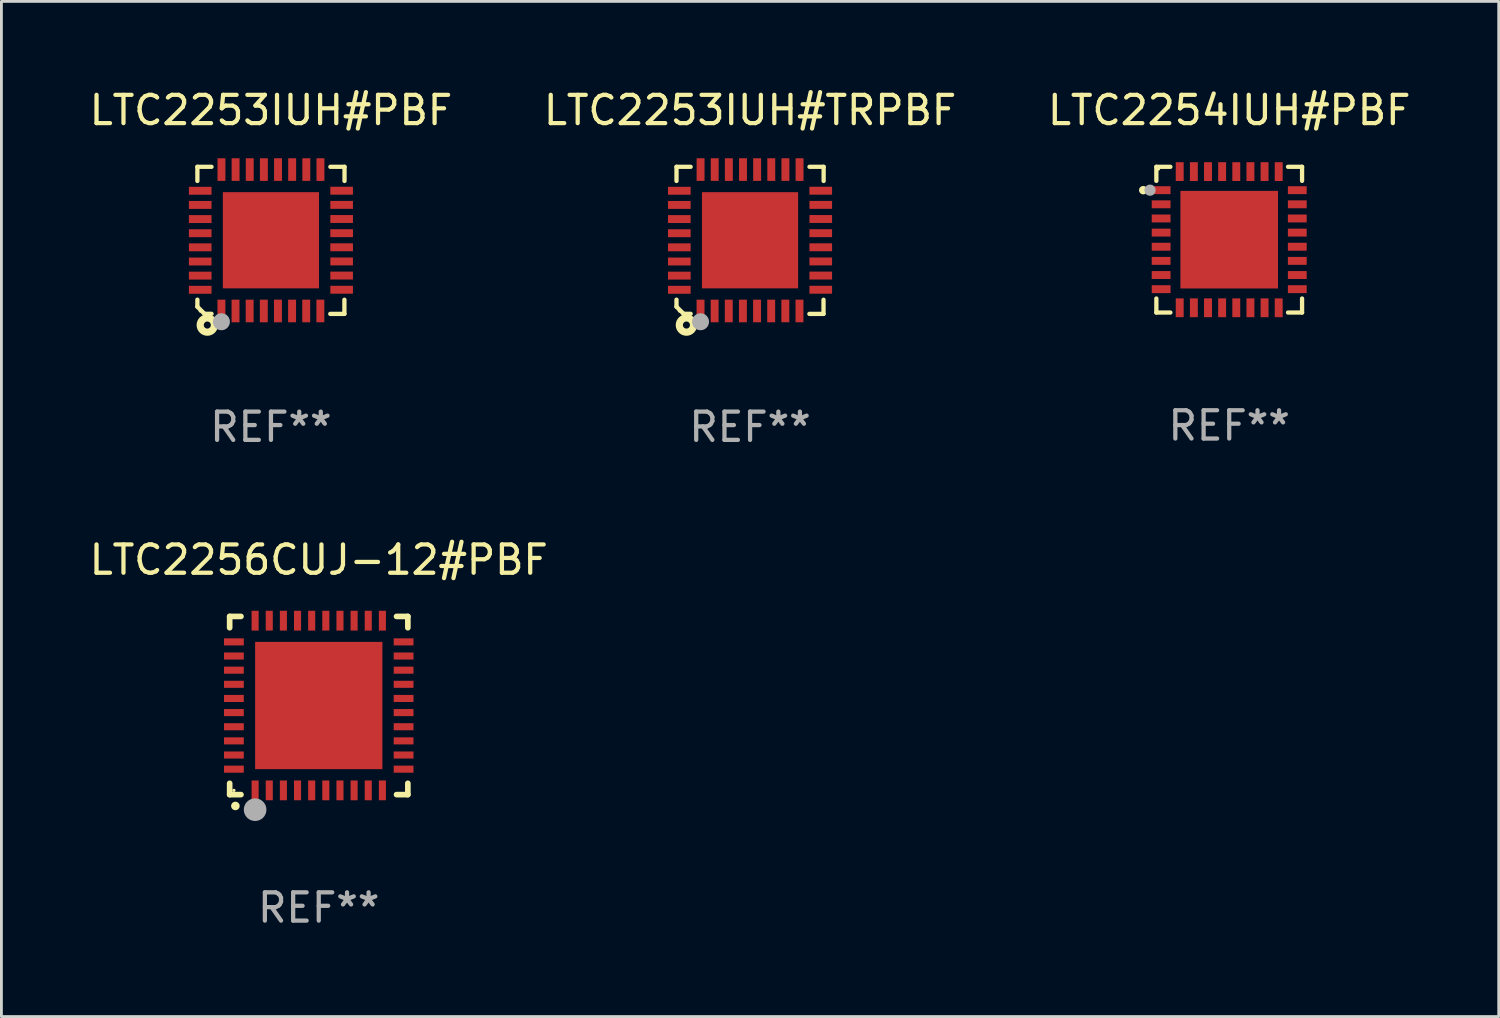
<source format=kicad_pcb>
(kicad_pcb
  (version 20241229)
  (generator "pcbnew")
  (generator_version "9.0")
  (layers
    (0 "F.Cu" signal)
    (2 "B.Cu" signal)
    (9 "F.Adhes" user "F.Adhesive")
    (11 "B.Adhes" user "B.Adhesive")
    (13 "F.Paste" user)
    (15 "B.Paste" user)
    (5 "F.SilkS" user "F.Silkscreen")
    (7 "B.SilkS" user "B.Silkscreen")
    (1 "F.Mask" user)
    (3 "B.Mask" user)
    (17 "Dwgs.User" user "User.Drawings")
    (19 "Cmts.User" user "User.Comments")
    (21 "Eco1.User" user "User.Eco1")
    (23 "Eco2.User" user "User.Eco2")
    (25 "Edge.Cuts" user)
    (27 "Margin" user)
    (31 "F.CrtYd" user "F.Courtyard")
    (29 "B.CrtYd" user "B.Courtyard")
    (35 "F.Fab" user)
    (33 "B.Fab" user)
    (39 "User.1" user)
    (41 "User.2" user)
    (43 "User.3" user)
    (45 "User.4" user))
  (footprint "LTC2253IUH#TRPBF"
    (layer "F.Cu")
    (at 23.47 5.448)
    (property "Reference" "LTC2253IUH#TRPBF" (at 0 -4.6 0) (layer "F.SilkS") (effects (font (size 1 1) (thickness 0.15))))
    (attr through_hole)
    (fp_line (start -2.601 2.097) (end -2.601 2.347) (stroke (width 0.152) (type solid)) (layer "F.SilkS"))
    (fp_line (start -2.601 2.347) (end -2.351 2.597) (stroke (width 0.152) (type solid)) (layer "F.SilkS"))
    (fp_line (start -2.601 -2.6) (end -2.601 -2.1) (stroke (width 0.152) (type solid)) (layer "F.SilkS"))
    (fp_line (start -2.601 -2.6) (end -2.101 -2.6) (stroke (width 0.152) (type solid)) (layer "F.SilkS"))
    (fp_line (start -2.351 2.597) (end -2.101 2.597) (stroke (width 0.152) (type solid)) (layer "F.SilkS"))
    (fp_line (start 2.597 2.6) (end 2.097 2.6) (stroke (width 0.152) (type solid)) (layer "F.SilkS"))
    (fp_line (start 2.597 2.6) (end 2.597 2.1) (stroke (width 0.152) (type solid)) (layer "F.SilkS"))
    (fp_line (start 2.601 -2.6) (end 2.101 -2.6) (stroke (width 0.152) (type solid)) (layer "F.SilkS"))
    (fp_line (start 2.601 -2.6) (end 2.601 -2.1) (stroke (width 0.152) (type solid)) (layer "F.SilkS"))
    (fp_circle (center -2.501 2.497) (end -2.471 2.497) (stroke (width 0.06) (type solid)) (fill no) (layer "F.SilkS"))
    (fp_circle (center -2.25 2.995) (end -2.125 2.995) (stroke (width 0.254) (type solid)) (fill no) (layer "F.SilkS"))
    (fp_circle (center -1.751 2.878) (end -1.601 2.878) (stroke (width 0.3) (type solid)) (fill no) (layer "F.Fab"))
    (fp_text user "REF**" (at 0 6.6 0) (layer "F.Fab") (effects (font (size 1 1) (thickness 0.15))))
    (pad "1" smd rect (at -1.751 2.497) (size 0.28 0.8) (layers "F.Cu" "F.Mask" "F.Paste"))
    (pad "2" smd rect (at -1.253 2.497) (size 0.28 0.8) (layers "F.Cu" "F.Mask" "F.Paste"))
    (pad "3" smd rect (at -0.753 2.497) (size 0.28 0.8) (layers "F.Cu" "F.Mask" "F.Paste"))
    (pad "4" smd rect (at -0.253 2.497) (size 0.28 0.8) (layers "F.Cu" "F.Mask" "F.Paste"))
    (pad "5" smd rect (at 0.247 2.497) (size 0.28 0.8) (layers "F.Cu" "F.Mask" "F.Paste"))
    (pad "6" smd rect (at 0.747 2.497) (size 0.28 0.8) (layers "F.Cu" "F.Mask" "F.Paste"))
    (pad "7" smd rect (at 1.247 2.497) (size 0.28 0.8) (layers "F.Cu" "F.Mask" "F.Paste"))
    (pad "8" smd rect (at 1.747 2.497) (size 0.28 0.8) (layers "F.Cu" "F.Mask" "F.Paste"))
    (pad "9" smd rect (at 2.499 1.746) (size 0.8 0.28) (layers "F.Cu" "F.Mask" "F.Paste"))
    (pad "10" smd rect (at 2.499 1.245) (size 0.8 0.28) (layers "F.Cu" "F.Mask" "F.Paste"))
    (pad "11" smd rect (at 2.499 0.746) (size 0.8 0.28) (layers "F.Cu" "F.Mask" "F.Paste"))
    (pad "12" smd rect (at 2.499 0.245) (size 0.8 0.28) (layers "F.Cu" "F.Mask" "F.Paste"))
    (pad "13" smd rect (at 2.499 -0.254) (size 0.8 0.28) (layers "F.Cu" "F.Mask" "F.Paste"))
    (pad "14" smd rect (at 2.499 -0.755) (size 0.8 0.28) (layers "F.Cu" "F.Mask" "F.Paste"))
    (pad "15" smd rect (at 2.499 -1.254) (size 0.8 0.28) (layers "F.Cu" "F.Mask" "F.Paste"))
    (pad "16" smd rect (at 2.499 -1.755) (size 0.8 0.28) (layers "F.Cu" "F.Mask" "F.Paste"))
    (pad "17" smd rect (at 1.75 -2.502) (size 0.28 0.8) (layers "F.Cu" "F.Mask" "F.Paste"))
    (pad "18" smd rect (at 1.25 -2.502) (size 0.28 0.8) (layers "F.Cu" "F.Mask" "F.Paste"))
    (pad "19" smd rect (at 0.75 -2.502) (size 0.28 0.8) (layers "F.Cu" "F.Mask" "F.Paste"))
    (pad "20" smd rect (at 0.25 -2.502) (size 0.28 0.8) (layers "F.Cu" "F.Mask" "F.Paste"))
    (pad "21" smd rect (at -0.25 -2.502) (size 0.28 0.8) (layers "F.Cu" "F.Mask" "F.Paste"))
    (pad "22" smd rect (at -0.75 -2.502) (size 0.28 0.8) (layers "F.Cu" "F.Mask" "F.Paste"))
    (pad "23" smd rect (at -1.25 -2.502) (size 0.28 0.8) (layers "F.Cu" "F.Mask" "F.Paste"))
    (pad "24" smd rect (at -1.75 -2.502) (size 0.28 0.8) (layers "F.Cu" "F.Mask" "F.Paste"))
    (pad "25" smd rect (at -2.501 -1.753) (size 0.8 0.28) (layers "F.Cu" "F.Mask" "F.Paste"))
    (pad "26" smd rect (at -2.501 -1.252) (size 0.8 0.28) (layers "F.Cu" "F.Mask" "F.Paste"))
    (pad "27" smd rect (at -2.501 -0.753) (size 0.8 0.28) (layers "F.Cu" "F.Mask" "F.Paste"))
    (pad "28" smd rect (at -2.501 -0.252) (size 0.8 0.28) (layers "F.Cu" "F.Mask" "F.Paste"))
    (pad "29" smd rect (at -2.501 0.247) (size 0.8 0.28) (layers "F.Cu" "F.Mask" "F.Paste"))
    (pad "30" smd rect (at -2.501 0.748) (size 0.8 0.28) (layers "F.Cu" "F.Mask" "F.Paste"))
    (pad "31" smd rect (at -2.501 1.247) (size 0.8 0.28) (layers "F.Cu" "F.Mask" "F.Paste"))
    (pad "32" smd rect (at -2.501 1.748) (size 0.8 0.28) (layers "F.Cu" "F.Mask" "F.Paste"))
    (pad "33" smd rect (at -0.001 -0.003 180) (size 3.4 3.4) (layers "F.Cu" "F.Mask" "F.Paste")))
  (footprint "LTC2253IUH#PBF"
    (layer "F.Cu")
    (at 6.53 5.448)
    (property "Reference" "LTC2253IUH#PBF" (at 0 -4.6 0) (layer "F.SilkS") (effects (font (size 1 1) (thickness 0.15))))
    (attr through_hole)
    (fp_line (start -2.601 2.097) (end -2.601 2.347) (stroke (width 0.152) (type solid)) (layer "F.SilkS"))
    (fp_line (start -2.601 2.347) (end -2.351 2.597) (stroke (width 0.152) (type solid)) (layer "F.SilkS"))
    (fp_line (start -2.601 -2.6) (end -2.601 -2.1) (stroke (width 0.152) (type solid)) (layer "F.SilkS"))
    (fp_line (start -2.601 -2.6) (end -2.101 -2.6) (stroke (width 0.152) (type solid)) (layer "F.SilkS"))
    (fp_line (start -2.351 2.597) (end -2.101 2.597) (stroke (width 0.152) (type solid)) (layer "F.SilkS"))
    (fp_line (start 2.597 2.6) (end 2.097 2.6) (stroke (width 0.152) (type solid)) (layer "F.SilkS"))
    (fp_line (start 2.597 2.6) (end 2.597 2.1) (stroke (width 0.152) (type solid)) (layer "F.SilkS"))
    (fp_line (start 2.601 -2.6) (end 2.101 -2.6) (stroke (width 0.152) (type solid)) (layer "F.SilkS"))
    (fp_line (start 2.601 -2.6) (end 2.601 -2.1) (stroke (width 0.152) (type solid)) (layer "F.SilkS"))
    (fp_circle (center -2.501 2.497) (end -2.471 2.497) (stroke (width 0.06) (type solid)) (fill no) (layer "F.SilkS"))
    (fp_circle (center -2.25 2.995) (end -2.125 2.995) (stroke (width 0.254) (type solid)) (fill no) (layer "F.SilkS"))
    (fp_circle (center -1.751 2.878) (end -1.601 2.878) (stroke (width 0.3) (type solid)) (fill no) (layer "F.Fab"))
    (fp_text user "REF**" (at 0 6.6 0) (layer "F.Fab") (effects (font (size 1 1) (thickness 0.15))))
    (pad "1" smd rect (at -1.751 2.497) (size 0.28 0.8) (layers "F.Cu" "F.Mask" "F.Paste"))
    (pad "2" smd rect (at -1.253 2.497) (size 0.28 0.8) (layers "F.Cu" "F.Mask" "F.Paste"))
    (pad "3" smd rect (at -0.753 2.497) (size 0.28 0.8) (layers "F.Cu" "F.Mask" "F.Paste"))
    (pad "4" smd rect (at -0.253 2.497) (size 0.28 0.8) (layers "F.Cu" "F.Mask" "F.Paste"))
    (pad "5" smd rect (at 0.247 2.497) (size 0.28 0.8) (layers "F.Cu" "F.Mask" "F.Paste"))
    (pad "6" smd rect (at 0.747 2.497) (size 0.28 0.8) (layers "F.Cu" "F.Mask" "F.Paste"))
    (pad "7" smd rect (at 1.247 2.497) (size 0.28 0.8) (layers "F.Cu" "F.Mask" "F.Paste"))
    (pad "8" smd rect (at 1.747 2.497) (size 0.28 0.8) (layers "F.Cu" "F.Mask" "F.Paste"))
    (pad "9" smd rect (at 2.499 1.746) (size 0.8 0.28) (layers "F.Cu" "F.Mask" "F.Paste"))
    (pad "10" smd rect (at 2.499 1.245) (size 0.8 0.28) (layers "F.Cu" "F.Mask" "F.Paste"))
    (pad "11" smd rect (at 2.499 0.746) (size 0.8 0.28) (layers "F.Cu" "F.Mask" "F.Paste"))
    (pad "12" smd rect (at 2.499 0.245) (size 0.8 0.28) (layers "F.Cu" "F.Mask" "F.Paste"))
    (pad "13" smd rect (at 2.499 -0.254) (size 0.8 0.28) (layers "F.Cu" "F.Mask" "F.Paste"))
    (pad "14" smd rect (at 2.499 -0.755) (size 0.8 0.28) (layers "F.Cu" "F.Mask" "F.Paste"))
    (pad "15" smd rect (at 2.499 -1.254) (size 0.8 0.28) (layers "F.Cu" "F.Mask" "F.Paste"))
    (pad "16" smd rect (at 2.499 -1.755) (size 0.8 0.28) (layers "F.Cu" "F.Mask" "F.Paste"))
    (pad "17" smd rect (at 1.75 -2.502) (size 0.28 0.8) (layers "F.Cu" "F.Mask" "F.Paste"))
    (pad "18" smd rect (at 1.25 -2.502) (size 0.28 0.8) (layers "F.Cu" "F.Mask" "F.Paste"))
    (pad "19" smd rect (at 0.75 -2.502) (size 0.28 0.8) (layers "F.Cu" "F.Mask" "F.Paste"))
    (pad "20" smd rect (at 0.25 -2.502) (size 0.28 0.8) (layers "F.Cu" "F.Mask" "F.Paste"))
    (pad "21" smd rect (at -0.25 -2.502) (size 0.28 0.8) (layers "F.Cu" "F.Mask" "F.Paste"))
    (pad "22" smd rect (at -0.75 -2.502) (size 0.28 0.8) (layers "F.Cu" "F.Mask" "F.Paste"))
    (pad "23" smd rect (at -1.25 -2.502) (size 0.28 0.8) (layers "F.Cu" "F.Mask" "F.Paste"))
    (pad "24" smd rect (at -1.75 -2.502) (size 0.28 0.8) (layers "F.Cu" "F.Mask" "F.Paste"))
    (pad "25" smd rect (at -2.501 -1.753) (size 0.8 0.28) (layers "F.Cu" "F.Mask" "F.Paste"))
    (pad "26" smd rect (at -2.501 -1.252) (size 0.8 0.28) (layers "F.Cu" "F.Mask" "F.Paste"))
    (pad "27" smd rect (at -2.501 -0.753) (size 0.8 0.28) (layers "F.Cu" "F.Mask" "F.Paste"))
    (pad "28" smd rect (at -2.501 -0.252) (size 0.8 0.28) (layers "F.Cu" "F.Mask" "F.Paste"))
    (pad "29" smd rect (at -2.501 0.247) (size 0.8 0.28) (layers "F.Cu" "F.Mask" "F.Paste"))
    (pad "30" smd rect (at -2.501 0.748) (size 0.8 0.28) (layers "F.Cu" "F.Mask" "F.Paste"))
    (pad "31" smd rect (at -2.501 1.247) (size 0.8 0.28) (layers "F.Cu" "F.Mask" "F.Paste"))
    (pad "32" smd rect (at -2.501 1.748) (size 0.8 0.28) (layers "F.Cu" "F.Mask" "F.Paste"))
    (pad "33" smd rect (at -0.001 -0.003 180) (size 3.4 3.4) (layers "F.Cu" "F.Mask" "F.Paste")))
  (footprint "LTC2254IUH#PBF"
    (layer "F.Cu")
    (at 40.411 5.424)
    (property "Reference" "LTC2254IUH#PBF" (at 0 -4.576 0) (layer "F.SilkS") (effects (font (size 1 1) (thickness 0.15))))
    (attr through_hole)
    (fp_line (start -2.576 -2.576) (end -2.576 -2.08) (stroke (width 0.152) (type solid)) (layer "F.SilkS"))
    (fp_line (start -2.576 2.576) (end -2.576 2.08) (stroke (width 0.152) (type solid)) (layer "F.SilkS"))
    (fp_line (start -2.08 -2.576) (end -2.576 -2.576) (stroke (width 0.152) (type solid)) (layer "F.SilkS"))
    (fp_line (start -2.08 2.576) (end -2.576 2.576) (stroke (width 0.152) (type solid)) (layer "F.SilkS"))
    (fp_line (start 2.08 -2.576) (end 2.576 -2.576) (stroke (width 0.152) (type solid)) (layer "F.SilkS"))
    (fp_line (start 2.08 2.576) (end 2.576 2.576) (stroke (width 0.152) (type solid)) (layer "F.SilkS"))
    (fp_line (start 2.576 -2.576) (end 2.576 -2.08) (stroke (width 0.152) (type solid)) (layer "F.SilkS"))
    (fp_line (start 2.576 2.576) (end 2.576 2.08) (stroke (width 0.152) (type solid)) (layer "F.SilkS"))
    (fp_circle (center -3.04 -1.75) (end -2.965 -1.75) (stroke (width 0.15) (type solid)) (fill no) (layer "F.SilkS"))
    (fp_circle (center -2.5 -2.5) (end -2.47 -2.5) (stroke (width 0.06) (type solid)) (fill no) (layer "F.SilkS"))
    (fp_circle (center -2.8 -1.75) (end -2.7 -1.75) (stroke (width 0.2) (type solid)) (fill no) (layer "F.Fab"))
    (fp_text user "REF**" (at 0 6.576 0) (layer "F.Fab") (effects (font (size 1 1) (thickness 0.15))))
    (pad "1" smd rect (at -2.407 -1.75) (size 0.665 0.28) (layers "F.Cu" "F.Mask" "F.Paste"))
    (pad "2" smd rect (at -2.407 -1.25) (size 0.665 0.28) (layers "F.Cu" "F.Mask" "F.Paste"))
    (pad "3" smd rect (at -2.407 -0.75) (size 0.665 0.28) (layers "F.Cu" "F.Mask" "F.Paste"))
    (pad "4" smd rect (at -2.407 -0.25) (size 0.665 0.28) (layers "F.Cu" "F.Mask" "F.Paste"))
    (pad "5" smd rect (at -2.407 0.25) (size 0.665 0.28) (layers "F.Cu" "F.Mask" "F.Paste"))
    (pad "6" smd rect (at -2.407 0.75) (size 0.665 0.28) (layers "F.Cu" "F.Mask" "F.Paste"))
    (pad "7" smd rect (at -2.407 1.25) (size 0.665 0.28) (layers "F.Cu" "F.Mask" "F.Paste"))
    (pad "8" smd rect (at -2.407 1.75) (size 0.665 0.28) (layers "F.Cu" "F.Mask" "F.Paste"))
    (pad "9" smd rect (at -1.75 2.408) (size 0.28 0.665) (layers "F.Cu" "F.Mask" "F.Paste"))
    (pad "10" smd rect (at -1.25 2.408) (size 0.28 0.665) (layers "F.Cu" "F.Mask" "F.Paste"))
    (pad "11" smd rect (at -0.75 2.408) (size 0.28 0.665) (layers "F.Cu" "F.Mask" "F.Paste"))
    (pad "12" smd rect (at -0.25 2.408) (size 0.28 0.665) (layers "F.Cu" "F.Mask" "F.Paste"))
    (pad "13" smd rect (at 0.25 2.408) (size 0.28 0.665) (layers "F.Cu" "F.Mask" "F.Paste"))
    (pad "14" smd rect (at 0.75 2.408) (size 0.28 0.665) (layers "F.Cu" "F.Mask" "F.Paste"))
    (pad "15" smd rect (at 1.25 2.408) (size 0.28 0.665) (layers "F.Cu" "F.Mask" "F.Paste"))
    (pad "16" smd rect (at 1.75 2.408) (size 0.28 0.665) (layers "F.Cu" "F.Mask" "F.Paste"))
    (pad "17" smd rect (at 2.407 1.75) (size 0.665 0.28) (layers "F.Cu" "F.Mask" "F.Paste"))
    (pad "18" smd rect (at 2.407 1.25) (size 0.665 0.28) (layers "F.Cu" "F.Mask" "F.Paste"))
    (pad "19" smd rect (at 2.407 0.75) (size 0.665 0.28) (layers "F.Cu" "F.Mask" "F.Paste"))
    (pad "20" smd rect (at 2.407 0.25) (size 0.665 0.28) (layers "F.Cu" "F.Mask" "F.Paste"))
    (pad "21" smd rect (at 2.407 -0.25) (size 0.665 0.28) (layers "F.Cu" "F.Mask" "F.Paste"))
    (pad "22" smd rect (at 2.407 -0.75) (size 0.665 0.28) (layers "F.Cu" "F.Mask" "F.Paste"))
    (pad "23" smd rect (at 2.407 -1.25) (size 0.665 0.28) (layers "F.Cu" "F.Mask" "F.Paste"))
    (pad "24" smd rect (at 2.407 -1.75) (size 0.665 0.28) (layers "F.Cu" "F.Mask" "F.Paste"))
    (pad "25" smd rect (at 1.75 -2.407) (size 0.28 0.665) (layers "F.Cu" "F.Mask" "F.Paste"))
    (pad "26" smd rect (at 1.25 -2.407) (size 0.28 0.665) (layers "F.Cu" "F.Mask" "F.Paste"))
    (pad "27" smd rect (at 0.75 -2.407) (size 0.28 0.665) (layers "F.Cu" "F.Mask" "F.Paste"))
    (pad "28" smd rect (at 0.25 -2.407) (size 0.28 0.665) (layers "F.Cu" "F.Mask" "F.Paste"))
    (pad "29" smd rect (at -0.25 -2.407) (size 0.28 0.665) (layers "F.Cu" "F.Mask" "F.Paste"))
    (pad "30" smd rect (at -0.75 -2.407) (size 0.28 0.665) (layers "F.Cu" "F.Mask" "F.Paste"))
    (pad "31" smd rect (at -1.25 -2.407) (size 0.28 0.665) (layers "F.Cu" "F.Mask" "F.Paste"))
    (pad "32" smd rect (at -1.75 -2.407) (size 0.28 0.665) (layers "F.Cu" "F.Mask" "F.Paste"))
    (pad "33" smd rect (at 0.000025 0.000127) (size 3.45 3.45) (layers "F.Cu" "F.Mask" "F.Paste")))
  (footprint "LTC2256CUJ-12#PBF"
    (layer "F.Cu")
    (at 8.22 21.895)
    (property "Reference" "LTC2256CUJ-12#PBF" (at 0 -5.15 0) (layer "F.SilkS") (effects (font (size 1 1) (thickness 0.15))))
    (attr through_hole)
    (fp_line (start -3.15 -3.15) (end -2.75 -3.15) (stroke (width 0.2) (type solid)) (layer "F.SilkS"))
    (fp_line (start -3.15 -2.75) (end -3.15 -3.15) (stroke (width 0.2) (type solid)) (layer "F.SilkS"))
    (fp_line (start -3.15 3.15) (end -3.15 2.75) (stroke (width 0.2) (type solid)) (layer "F.SilkS"))
    (fp_line (start -2.75 3.15) (end -3.15 3.15) (stroke (width 0.2) (type solid)) (layer "F.SilkS"))
    (fp_line (start 3.15 -3.15) (end 2.75 -3.15) (stroke (width 0.2) (type solid)) (layer "F.SilkS"))
    (fp_line (start 3.15 -2.75) (end 3.15 -3.15) (stroke (width 0.2) (type solid)) (layer "F.SilkS"))
    (fp_line (start 3.15 2.75) (end 3.15 3.15) (stroke (width 0.2) (type solid)) (layer "F.SilkS"))
    (fp_line (start 3.15 3.15) (end 2.75 3.15) (stroke (width 0.2) (type solid)) (layer "F.SilkS"))
    (fp_arc (start -2.94892 3.550927) (mid -2.94765 3.550922) (end -2.94638 3.550927) (stroke (width 0.3) (type solid)) (layer "F.SilkS"))
    (fp_circle (center -3 3) (end -2.97 3) (stroke (width 0.06) (type solid)) (fill no) (layer "F.SilkS"))
    (fp_circle (center -2.25 3.683) (end -2.05 3.683) (stroke (width 0.4) (type solid)) (fill no) (layer "F.Fab"))
    (fp_text user "REF**" (at 0 7.15 0) (layer "F.Fab") (effects (font (size 1 1) (thickness 0.15))))
    (pad "1" smd rect (at -2.25 3 180) (size 0.25 0.7) (layers "F.Cu" "F.Mask" "F.Paste"))
    (pad "2" smd rect (at -1.75 3 180) (size 0.25 0.7) (layers "F.Cu" "F.Mask" "F.Paste"))
    (pad "3" smd rect (at -1.25 3 180) (size 0.25 0.7) (layers "F.Cu" "F.Mask" "F.Paste"))
    (pad "4" smd rect (at -0.75 3 180) (size 0.25 0.7) (layers "F.Cu" "F.Mask" "F.Paste"))
    (pad "5" smd rect (at -0.25 3 180) (size 0.25 0.7) (layers "F.Cu" "F.Mask" "F.Paste"))
    (pad "6" smd rect (at 0.25 3 180) (size 0.25 0.7) (layers "F.Cu" "F.Mask" "F.Paste"))
    (pad "7" smd rect (at 0.75 3 180) (size 0.25 0.7) (layers "F.Cu" "F.Mask" "F.Paste"))
    (pad "8" smd rect (at 1.25 3 180) (size 0.25 0.7) (layers "F.Cu" "F.Mask" "F.Paste"))
    (pad "9" smd rect (at 1.75 3 180) (size 0.25 0.7) (layers "F.Cu" "F.Mask" "F.Paste"))
    (pad "10" smd rect (at 2.25 3 180) (size 0.25 0.7) (layers "F.Cu" "F.Mask" "F.Paste"))
    (pad "11" smd rect (at 3 2.25 90) (size 0.25 0.7) (layers "F.Cu" "F.Mask" "F.Paste"))
    (pad "12" smd rect (at 3 1.75 90) (size 0.25 0.7) (layers "F.Cu" "F.Mask" "F.Paste"))
    (pad "13" smd rect (at 3 1.25 90) (size 0.25 0.7) (layers "F.Cu" "F.Mask" "F.Paste"))
    (pad "14" smd rect (at 3 0.75 90) (size 0.25 0.7) (layers "F.Cu" "F.Mask" "F.Paste"))
    (pad "15" smd rect (at 3 0.25 90) (size 0.25 0.7) (layers "F.Cu" "F.Mask" "F.Paste"))
    (pad "16" smd rect (at 3 -0.25 90) (size 0.25 0.7) (layers "F.Cu" "F.Mask" "F.Paste"))
    (pad "17" smd rect (at 3 -0.75 90) (size 0.25 0.7) (layers "F.Cu" "F.Mask" "F.Paste"))
    (pad "18" smd rect (at 3 -1.25 90) (size 0.25 0.7) (layers "F.Cu" "F.Mask" "F.Paste"))
    (pad "19" smd rect (at 3 -1.75 90) (size 0.25 0.7) (layers "F.Cu" "F.Mask" "F.Paste"))
    (pad "20" smd rect (at 3 -2.25 90) (size 0.25 0.7) (layers "F.Cu" "F.Mask" "F.Paste"))
    (pad "21" smd rect (at 2.25 -3 180) (size 0.25 0.7) (layers "F.Cu" "F.Mask" "F.Paste"))
    (pad "22" smd rect (at 1.75 -3 180) (size 0.25 0.7) (layers "F.Cu" "F.Mask" "F.Paste"))
    (pad "23" smd rect (at 1.25 -3 180) (size 0.25 0.7) (layers "F.Cu" "F.Mask" "F.Paste"))
    (pad "24" smd rect (at 0.75 -3 180) (size 0.25 0.7) (layers "F.Cu" "F.Mask" "F.Paste"))
    (pad "25" smd rect (at 0.25 -3 180) (size 0.25 0.7) (layers "F.Cu" "F.Mask" "F.Paste"))
    (pad "26" smd rect (at -0.25 -3 180) (size 0.25 0.7) (layers "F.Cu" "F.Mask" "F.Paste"))
    (pad "27" smd rect (at -0.75 -3 180) (size 0.25 0.7) (layers "F.Cu" "F.Mask" "F.Paste"))
    (pad "28" smd rect (at -1.25 -3 180) (size 0.25 0.7) (layers "F.Cu" "F.Mask" "F.Paste"))
    (pad "29" smd rect (at -1.75 -3 180) (size 0.25 0.7) (layers "F.Cu" "F.Mask" "F.Paste"))
    (pad "30" smd rect (at -2.25 -3 180) (size 0.25 0.7) (layers "F.Cu" "F.Mask" "F.Paste"))
    (pad "31" smd rect (at -3 -2.25 90) (size 0.25 0.7) (layers "F.Cu" "F.Mask" "F.Paste"))
    (pad "32" smd rect (at -3 -1.75 90) (size 0.25 0.7) (layers "F.Cu" "F.Mask" "F.Paste"))
    (pad "33" smd rect (at -3 -1.25 90) (size 0.25 0.7) (layers "F.Cu" "F.Mask" "F.Paste"))
    (pad "34" smd rect (at -3 -0.75 90) (size 0.25 0.7) (layers "F.Cu" "F.Mask" "F.Paste"))
    (pad "35" smd rect (at -3 -0.25 90) (size 0.25 0.7) (layers "F.Cu" "F.Mask" "F.Paste"))
    (pad "36" smd rect (at -3 0.25 90) (size 0.25 0.7) (layers "F.Cu" "F.Mask" "F.Paste"))
    (pad "37" smd rect (at -3 0.75 90) (size 0.25 0.7) (layers "F.Cu" "F.Mask" "F.Paste"))
    (pad "38" smd rect (at -3 1.25 90) (size 0.25 0.7) (layers "F.Cu" "F.Mask" "F.Paste"))
    (pad "39" smd rect (at -3 1.75 90) (size 0.25 0.7) (layers "F.Cu" "F.Mask" "F.Paste"))
    (pad "40" smd rect (at -3 2.25 90) (size 0.25 0.7) (layers "F.Cu" "F.Mask" "F.Paste"))
    (pad "41" smd rect (at 0.000102 0.000076 90) (size 4.5 4.5) (layers "F.Cu" "F.Mask" "F.Paste")))
  (gr_rect
    (start -3 -3)
    (end 49.94 32.893)
    (stroke (width 0.1) (type default))
    (fill no)
    (layer "Edge.Cuts")))
</source>
